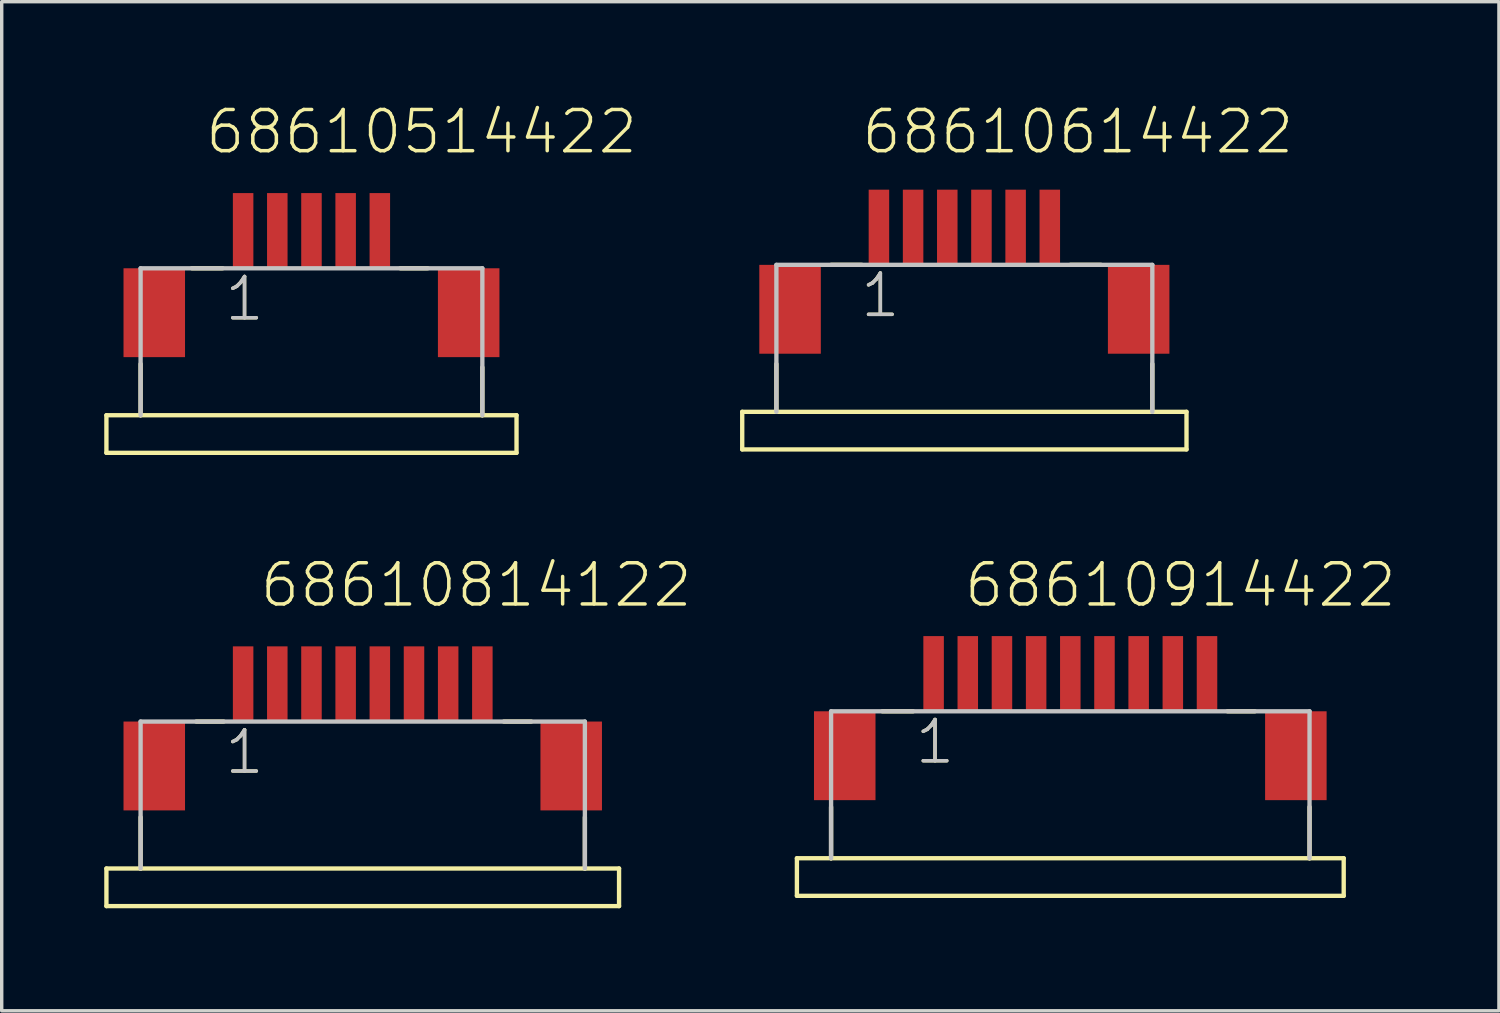
<source format=kicad_pcb>
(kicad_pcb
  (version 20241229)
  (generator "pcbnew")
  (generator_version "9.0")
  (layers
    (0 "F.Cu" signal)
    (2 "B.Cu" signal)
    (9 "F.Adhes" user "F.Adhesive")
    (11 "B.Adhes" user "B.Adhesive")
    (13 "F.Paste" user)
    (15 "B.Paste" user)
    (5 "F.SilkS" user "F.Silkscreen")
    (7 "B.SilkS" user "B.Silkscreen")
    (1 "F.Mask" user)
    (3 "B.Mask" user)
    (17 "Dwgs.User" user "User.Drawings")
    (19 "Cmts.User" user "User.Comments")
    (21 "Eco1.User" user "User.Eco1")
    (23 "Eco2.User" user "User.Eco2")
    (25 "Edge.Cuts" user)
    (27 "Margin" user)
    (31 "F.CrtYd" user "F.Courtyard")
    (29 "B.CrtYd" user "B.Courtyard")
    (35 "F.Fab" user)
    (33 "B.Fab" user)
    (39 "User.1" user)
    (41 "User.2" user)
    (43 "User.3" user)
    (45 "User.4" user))
  (footprint "68610814122"
    (layer "F.Cu")
    (at 7.564 19.363)
    (property "Reference" "68610814122" (at -3.062 -4.588 0) (layer "F.SilkS") (effects (font (size 1.206 1.206) (thickness 0.102)) (justify left bottom)))
    (attr through_hole)
    (fp_line (start -7.5 3) (end -6.5 3) (stroke (width 0.127) (type solid)) (layer "F.SilkS"))
    (fp_line (start -7.5 4.1) (end -7.5 3) (stroke (width 0.127) (type solid)) (layer "F.SilkS"))
    (fp_line (start -6.5 1.5) (end -6.5 3) (stroke (width 0.127) (type solid)) (layer "F.SilkS"))
    (fp_line (start -6.5 3) (end 6.5 3) (stroke (width 0.127) (type solid)) (layer "F.SilkS"))
    (fp_line (start -4.87 -1.3) (end -4.07 -1.3) (stroke (width 0.127) (type solid)) (layer "F.SilkS"))
    (fp_line (start 4.13 -1.3) (end 4.93 -1.3) (stroke (width 0.127) (type solid)) (layer "F.SilkS"))
    (fp_line (start 6.5 1.5) (end 6.5 3) (stroke (width 0.127) (type solid)) (layer "F.SilkS"))
    (fp_line (start 6.5 3) (end 7.5 3) (stroke (width 0.127) (type solid)) (layer "F.SilkS"))
    (fp_line (start 7.5 3) (end 7.5 4.1) (stroke (width 0.127) (type solid)) (layer "F.SilkS"))
    (fp_line (start 7.5 4.1) (end -7.5 4.1) (stroke (width 0.127) (type solid)) (layer "F.SilkS"))
    (fp_line (start -6.5 -1.3) (end 6.5 -1.3) (stroke (width 0.127) (type solid)) (layer "Dwgs.User"))
    (fp_line (start -6.5 3) (end -6.5 -1.3) (stroke (width 0.127) (type solid)) (layer "Dwgs.User"))
    (fp_line (start 6.5 -1.3) (end 6.5 3) (stroke (width 0.127) (type solid)) (layer "Dwgs.User"))
    (fp_text user "1" (at -4.1 0.3 0) (layer "F.SilkS") (effects (font (size 1.206 1.206) (thickness 0.102)) (justify left bottom)))
    (fp_text user "1" (at -4.1 0.3 0) (layer "Dwgs.User") (effects (font (size 1.206 1.206) (thickness 0.102)) (justify left bottom)))
    (pad "1" smd rect (at -3.5 -2.4) (size 0.6 2.2) (layers "F.Cu" "F.Mask" "F.Paste"))
    (pad "2" smd rect (at -2.5 -2.4) (size 0.6 2.2) (layers "F.Cu" "F.Mask" "F.Paste"))
    (pad "3" smd rect (at -1.5 -2.4) (size 0.6 2.2) (layers "F.Cu" "F.Mask" "F.Paste"))
    (pad "4" smd rect (at -0.5 -2.4) (size 0.6 2.2) (layers "F.Cu" "F.Mask" "F.Paste"))
    (pad "5" smd rect (at 0.5 -2.4) (size 0.6 2.2) (layers "F.Cu" "F.Mask" "F.Paste"))
    (pad "6" smd rect (at 1.5 -2.4) (size 0.6 2.2) (layers "F.Cu" "F.Mask" "F.Paste"))
    (pad "7" smd rect (at 2.5 -2.4) (size 0.6 2.2) (layers "F.Cu" "F.Mask" "F.Paste"))
    (pad "8" smd rect (at 3.5 -2.4) (size 0.6 2.2) (layers "F.Cu" "F.Mask" "F.Paste"))
    (pad "Z1" smd rect (at -6.1 0) (size 1.8 2.6) (layers "F.Cu" "F.Mask" "F.Paste"))
    (pad "Z2" smd rect (at 6.1 0) (size 1.8 2.6) (layers "F.Cu" "F.Mask" "F.Paste")))
  (footprint "68610914422"
    (layer "F.Cu")
    (at 28.268 19.063)
    (property "Reference" "68610914422" (at -3.162 -4.288 0) (layer "F.SilkS") (effects (font (size 1.206 1.206) (thickness 0.102)) (justify left bottom)))
    (attr through_hole)
    (fp_line (start -8 3) (end -7 3) (stroke (width 0.127) (type solid)) (layer "F.SilkS"))
    (fp_line (start -8 4.1) (end -8 3) (stroke (width 0.127) (type solid)) (layer "F.SilkS"))
    (fp_line (start -7 1.5) (end -7 3) (stroke (width 0.127) (type solid)) (layer "F.SilkS"))
    (fp_line (start -7 3) (end 7 3) (stroke (width 0.127) (type solid)) (layer "F.SilkS"))
    (fp_line (start -5.5 -1.3) (end -4.6 -1.3) (stroke (width 0.127) (type solid)) (layer "F.SilkS"))
    (fp_line (start 4.6 -1.3) (end 5.4 -1.3) (stroke (width 0.127) (type solid)) (layer "F.SilkS"))
    (fp_line (start 7 1.5) (end 7 3) (stroke (width 0.127) (type solid)) (layer "F.SilkS"))
    (fp_line (start 7 3) (end 8 3) (stroke (width 0.127) (type solid)) (layer "F.SilkS"))
    (fp_line (start 8 3) (end 8 4.1) (stroke (width 0.127) (type solid)) (layer "F.SilkS"))
    (fp_line (start 8 4.1) (end -8 4.1) (stroke (width 0.127) (type solid)) (layer "F.SilkS"))
    (fp_line (start -7 -1.3) (end 7 -1.3) (stroke (width 0.127) (type solid)) (layer "Dwgs.User"))
    (fp_line (start -7 3) (end -7 -1.3) (stroke (width 0.127) (type solid)) (layer "Dwgs.User"))
    (fp_line (start 7 -1.3) (end 7 3) (stroke (width 0.127) (type solid)) (layer "Dwgs.User"))
    (fp_text user "1" (at -4.6 0.3 0) (layer "F.SilkS") (effects (font (size 1.206 1.206) (thickness 0.102)) (justify left bottom)))
    (fp_text user "1" (at -4.6 0.3 0) (layer "Dwgs.User") (effects (font (size 1.206 1.206) (thickness 0.102)) (justify left bottom)))
    (pad "1" smd rect (at -4 -2.4) (size 0.6 2.2) (layers "F.Cu" "F.Mask" "F.Paste"))
    (pad "2" smd rect (at -3 -2.4) (size 0.6 2.2) (layers "F.Cu" "F.Mask" "F.Paste"))
    (pad "3" smd rect (at -2 -2.4) (size 0.6 2.2) (layers "F.Cu" "F.Mask" "F.Paste"))
    (pad "4" smd rect (at -1 -2.4) (size 0.6 2.2) (layers "F.Cu" "F.Mask" "F.Paste"))
    (pad "5" smd rect (at 0 -2.4) (size 0.6 2.2) (layers "F.Cu" "F.Mask" "F.Paste"))
    (pad "6" smd rect (at 1 -2.4) (size 0.6 2.2) (layers "F.Cu" "F.Mask" "F.Paste"))
    (pad "7" smd rect (at 2 -2.4) (size 0.6 2.2) (layers "F.Cu" "F.Mask" "F.Paste"))
    (pad "8" smd rect (at 3 -2.4) (size 0.6 2.2) (layers "F.Cu" "F.Mask" "F.Paste"))
    (pad "9" smd rect (at 4 -2.4) (size 0.6 2.2) (layers "F.Cu" "F.Mask" "F.Paste"))
    (pad "Z1" smd rect (at -6.6 0) (size 1.8 2.6) (layers "F.Cu" "F.Mask" "F.Paste"))
    (pad "Z2" smd rect (at 6.6 0) (size 1.8 2.6) (layers "F.Cu" "F.Mask" "F.Paste")))
  (footprint "68610514422"
    (layer "F.Cu")
    (at 6.064 6.1)
    (property "Reference" "68610514422" (at -3.162 -4.588 0) (layer "F.SilkS") (effects (font (size 1.206 1.206) (thickness 0.102)) (justify left bottom)))
    (attr through_hole)
    (fp_line (start -6 3) (end -5 3) (stroke (width 0.127) (type solid)) (layer "F.SilkS"))
    (fp_line (start -6 4.1) (end -6 3) (stroke (width 0.127) (type solid)) (layer "F.SilkS"))
    (fp_line (start -5 1.5) (end -5 3) (stroke (width 0.127) (type solid)) (layer "F.SilkS"))
    (fp_line (start -5 3) (end 5 3) (stroke (width 0.127) (type solid)) (layer "F.SilkS"))
    (fp_line (start -3.5 -1.3) (end -2.6 -1.3) (stroke (width 0.127) (type solid)) (layer "F.SilkS"))
    (fp_line (start 2.6 -1.3) (end 3.4 -1.3) (stroke (width 0.127) (type solid)) (layer "F.SilkS"))
    (fp_line (start 5 1.6) (end 5 3) (stroke (width 0.127) (type solid)) (layer "F.SilkS"))
    (fp_line (start 5 3) (end 6 3) (stroke (width 0.127) (type solid)) (layer "F.SilkS"))
    (fp_line (start 6 3) (end 6 4.1) (stroke (width 0.127) (type solid)) (layer "F.SilkS"))
    (fp_line (start 6 4.1) (end -6 4.1) (stroke (width 0.127) (type solid)) (layer "F.SilkS"))
    (fp_line (start -5 -1.3) (end 5 -1.3) (stroke (width 0.127) (type solid)) (layer "Dwgs.User"))
    (fp_line (start -5 3) (end -5 -1.3) (stroke (width 0.127) (type solid)) (layer "Dwgs.User"))
    (fp_line (start 5 -1.3) (end 5 3) (stroke (width 0.127) (type solid)) (layer "Dwgs.User"))
    (fp_text user "1" (at -2.6 0.3 0) (layer "F.SilkS") (effects (font (size 1.206 1.206) (thickness 0.102)) (justify left bottom)))
    (fp_text user "1" (at -2.6 0.3 0) (layer "Dwgs.User") (effects (font (size 1.206 1.206) (thickness 0.102)) (justify left bottom)))
    (pad "1" smd rect (at -2 -2.4) (size 0.6 2.2) (layers "F.Cu" "F.Mask" "F.Paste"))
    (pad "2" smd rect (at -1 -2.4) (size 0.6 2.2) (layers "F.Cu" "F.Mask" "F.Paste"))
    (pad "3" smd rect (at 0 -2.4) (size 0.6 2.2) (layers "F.Cu" "F.Mask" "F.Paste"))
    (pad "4" smd rect (at 1 -2.4) (size 0.6 2.2) (layers "F.Cu" "F.Mask" "F.Paste"))
    (pad "5" smd rect (at 2 -2.4) (size 0.6 2.2) (layers "F.Cu" "F.Mask" "F.Paste"))
    (pad "Z1" smd rect (at -4.6 0) (size 1.8 2.6) (layers "F.Cu" "F.Mask" "F.Paste"))
    (pad "Z2" smd rect (at 4.6 0) (size 1.8 2.6) (layers "F.Cu" "F.Mask" "F.Paste")))
  (footprint "68610614422"
    (layer "F.Cu")
    (at 25.168 6)
    (property "Reference" "68610614422" (at -3.062 -4.489 0) (layer "F.SilkS") (effects (font (size 1.206 1.206) (thickness 0.102)) (justify left bottom)))
    (attr through_hole)
    (fp_line (start -6.5 3) (end -5.5 3) (stroke (width 0.127) (type solid)) (layer "F.SilkS"))
    (fp_line (start -6.5 4.1) (end -6.5 3) (stroke (width 0.127) (type solid)) (layer "F.SilkS"))
    (fp_line (start -5.5 1.6) (end -5.5 3) (stroke (width 0.127) (type solid)) (layer "F.SilkS"))
    (fp_line (start -5.5 3) (end 5.5 3) (stroke (width 0.127) (type solid)) (layer "F.SilkS"))
    (fp_line (start -3.9 -1.3) (end -3 -1.3) (stroke (width 0.127) (type solid)) (layer "F.SilkS"))
    (fp_line (start 3.1 -1.3) (end 4 -1.3) (stroke (width 0.127) (type solid)) (layer "F.SilkS"))
    (fp_line (start 5.5 1.6) (end 5.5 3) (stroke (width 0.127) (type solid)) (layer "F.SilkS"))
    (fp_line (start 5.5 3) (end 6.5 3) (stroke (width 0.127) (type solid)) (layer "F.SilkS"))
    (fp_line (start 6.5 3) (end 6.5 4.1) (stroke (width 0.127) (type solid)) (layer "F.SilkS"))
    (fp_line (start 6.5 4.1) (end -6.5 4.1) (stroke (width 0.127) (type solid)) (layer "F.SilkS"))
    (fp_line (start -5.5 -1.3) (end 5.5 -1.3) (stroke (width 0.127) (type solid)) (layer "Dwgs.User"))
    (fp_line (start -5.5 3) (end -5.5 -1.3) (stroke (width 0.127) (type solid)) (layer "Dwgs.User"))
    (fp_line (start 5.5 -1.3) (end 5.5 3) (stroke (width 0.127) (type solid)) (layer "Dwgs.User"))
    (fp_text user "1" (at -3.1 0.3 0) (layer "F.SilkS") (effects (font (size 1.206 1.206) (thickness 0.102)) (justify left bottom)))
    (fp_text user "1" (at -3.1 0.3 0) (layer "Dwgs.User") (effects (font (size 1.206 1.206) (thickness 0.102)) (justify left bottom)))
    (pad "1" smd rect (at -2.5 -2.4) (size 0.6 2.2) (layers "F.Cu" "F.Mask" "F.Paste"))
    (pad "2" smd rect (at -1.5 -2.4) (size 0.6 2.2) (layers "F.Cu" "F.Mask" "F.Paste"))
    (pad "3" smd rect (at -0.5 -2.4) (size 0.6 2.2) (layers "F.Cu" "F.Mask" "F.Paste"))
    (pad "4" smd rect (at 0.5 -2.4) (size 0.6 2.2) (layers "F.Cu" "F.Mask" "F.Paste"))
    (pad "5" smd rect (at 1.5 -2.4) (size 0.6 2.2) (layers "F.Cu" "F.Mask" "F.Paste"))
    (pad "6" smd rect (at 2.5 -2.4) (size 0.6 2.2) (layers "F.Cu" "F.Mask" "F.Paste"))
    (pad "Z1" smd rect (at -5.1 0) (size 1.8 2.6) (layers "F.Cu" "F.Mask" "F.Paste"))
    (pad "Z2" smd rect (at 5.1 0) (size 1.8 2.6) (layers "F.Cu" "F.Mask" "F.Paste")))
  (gr_rect
    (start -3 -3)
    (end 40.81 26.527)
    (stroke (width 0.1) (type default))
    (fill no)
    (layer "Edge.Cuts")))
</source>
